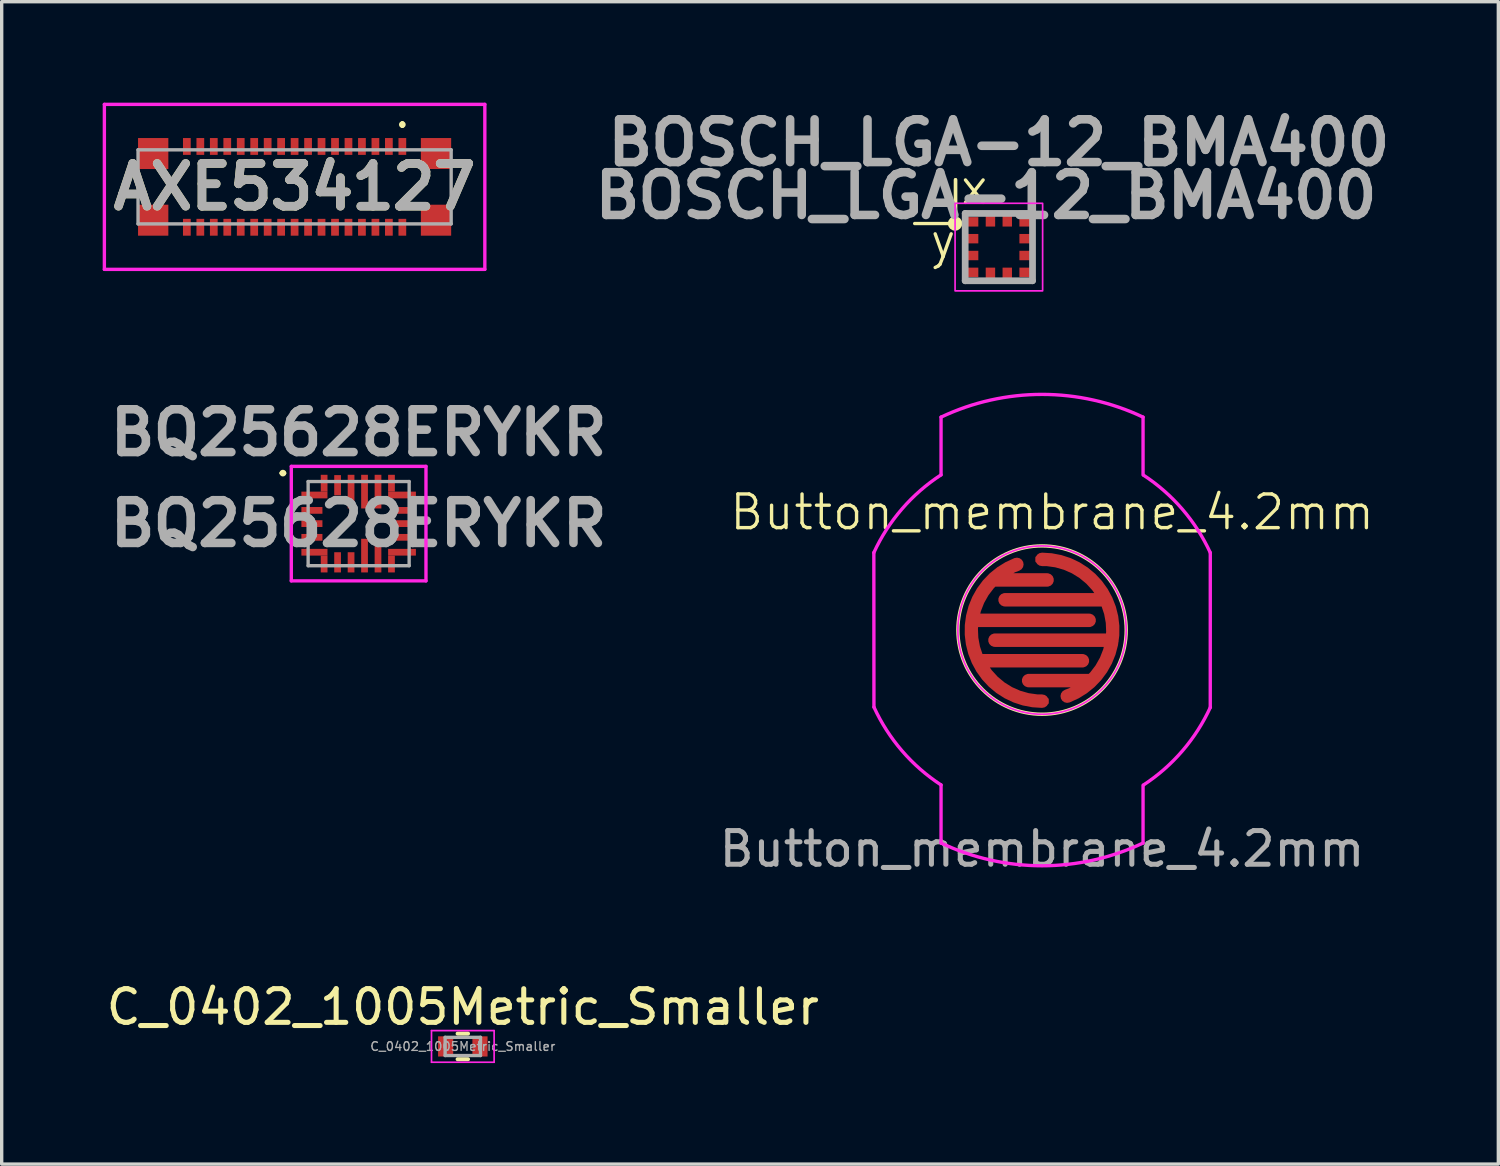
<source format=kicad_pcb>
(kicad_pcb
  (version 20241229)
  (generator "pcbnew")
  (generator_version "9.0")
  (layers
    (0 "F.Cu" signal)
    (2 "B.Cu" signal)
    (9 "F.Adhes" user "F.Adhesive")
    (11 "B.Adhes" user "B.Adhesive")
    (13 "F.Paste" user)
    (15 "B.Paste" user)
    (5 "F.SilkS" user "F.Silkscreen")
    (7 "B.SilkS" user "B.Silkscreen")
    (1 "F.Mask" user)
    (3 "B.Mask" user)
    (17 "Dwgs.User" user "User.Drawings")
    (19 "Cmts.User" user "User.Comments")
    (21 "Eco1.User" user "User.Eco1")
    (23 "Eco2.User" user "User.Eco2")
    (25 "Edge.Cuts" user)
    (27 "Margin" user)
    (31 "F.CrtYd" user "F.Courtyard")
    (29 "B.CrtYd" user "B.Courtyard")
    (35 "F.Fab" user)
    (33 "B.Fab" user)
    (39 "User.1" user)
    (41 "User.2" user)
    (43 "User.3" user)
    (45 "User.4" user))
  (footprint "BOSCH_LGA-12_BMA400"
    (layer "F.Cu")
    (at 26.617 4.289)
    (property "Reference" "BOSCH_LGA-12_BMA400" (at 0 -3.1 0) (layer "F.Fab") (effects (font (size 1.27 1.27) (thickness 0.254))))
    (attr smd)
    (fp_line (start -1.287 -2) (end -1.287 -0.713) (stroke (width 0.1) (type default)) (layer "F.SilkS"))
    (fp_line (start -1.287 -0.8) (end -1.287 -2) (stroke (width 0.1) (type default)) (layer "F.SilkS"))
    (fp_line (start -1.287 -0.7) (end -2.5 -0.7) (stroke (width 0.1) (type default)) (layer "F.SilkS"))
    (fp_circle (center -1.3 -0.7) (end -1.3 -0.687) (stroke (width 0.2) (type solid)) (fill no) (layer "F.SilkS"))
    (fp_rect (start -1.3 -1.3) (end 1.3 1.3) (stroke (width 0.05) (type solid)) (fill no) (layer "F.CrtYd"))
    (fp_line (start -1 -1) (end 1 -1) (stroke (width 0.2) (type solid)) (layer "F.Fab"))
    (fp_line (start -1 1) (end -1 -1) (stroke (width 0.2) (type solid)) (layer "F.Fab"))
    (fp_line (start 1 -1) (end 1 1) (stroke (width 0.2) (type solid)) (layer "F.Fab"))
    (fp_line (start 1 1) (end -1 1) (stroke (width 0.2) (type solid)) (layer "F.Fab"))
    (fp_text user "y" (at -2.1 0.4 0) (unlocked yes) (layer "F.SilkS") (effects (font (size 1 1) (thickness 0.1)) (justify left bottom)))
    (fp_text user "x" (at -1.2 -1.2 0) (unlocked yes) (layer "F.SilkS") (effects (font (size 1 1) (thickness 0.1)) (justify left bottom)))
    (fp_text user "${REFERENCE}" (at -0.382 -1.529 0) (layer "F.Fab") (effects (font (size 1.27 1.27) (thickness 0.254))))
    (pad "1" smd rect (at -0.815 -0.75 90) (size 0.28 0.41) (layers "F.Cu" "F.Mask" "F.Paste"))
    (pad "2" smd rect (at -0.815 -0.25 90) (size 0.28 0.41) (layers "F.Cu" "F.Mask" "F.Paste"))
    (pad "3" smd rect (at -0.815 0.25 90) (size 0.28 0.41) (layers "F.Cu" "F.Mask" "F.Paste"))
    (pad "4" smd rect (at -0.815 0.75 90) (size 0.28 0.41) (layers "F.Cu" "F.Mask" "F.Paste"))
    (pad "5" smd rect (at -0.25 0.815) (size 0.28 0.41) (layers "F.Cu" "F.Mask" "F.Paste"))
    (pad "6" smd rect (at 0.25 0.815) (size 0.28 0.41) (layers "F.Cu" "F.Mask" "F.Paste"))
    (pad "7" smd rect (at 0.815 0.75 90) (size 0.28 0.41) (layers "F.Cu" "F.Mask" "F.Paste"))
    (pad "8" smd rect (at 0.815 0.25 90) (size 0.28 0.41) (layers "F.Cu" "F.Mask" "F.Paste"))
    (pad "9" smd rect (at 0.815 -0.25 90) (size 0.28 0.41) (layers "F.Cu" "F.Mask" "F.Paste"))
    (pad "10" smd rect (at 0.815 -0.75 90) (size 0.28 0.41) (layers "F.Cu" "F.Mask" "F.Paste"))
    (pad "11" smd rect (at 0.25 -0.815) (size 0.28 0.41) (layers "F.Cu" "F.Mask" "F.Paste"))
    (pad "12" smd rect (at -0.25 -0.815) (size 0.28 0.41) (layers "F.Cu" "F.Mask" "F.Paste")))
  (footprint "BQ25628ERYKR"
    (layer "F.Cu")
    (at 7.602 12.502)
    (property "Reference" "BQ25628ERYKR" (at 0 -2.7 0) (layer "F.Fab") (effects (font (size 1.27 1.27) (thickness 0.254) (bold yes))))
    (attr smd)
    (fp_line (start -2.3 -1.5) (end -2.3 -1.5) (stroke (width 0.1) (type solid)) (layer "F.SilkS"))
    (fp_line (start -2.2 -1.5) (end -2.2 -1.5) (stroke (width 0.1) (type solid)) (layer "F.SilkS"))
    (fp_arc (start -2.3 -1.5) (mid -2.25 -1.55) (end -2.2 -1.5) (stroke (width 0.1) (type solid)) (layer "F.SilkS"))
    (fp_arc (start -2.2 -1.5) (mid -2.25 -1.45) (end -2.3 -1.5) (stroke (width 0.1) (type solid)) (layer "F.SilkS"))
    (fp_line (start -2 -1.7) (end 2 -1.7) (stroke (width 0.1) (type solid)) (layer "F.CrtYd"))
    (fp_line (start -2 1.7) (end -2 -1.7) (stroke (width 0.1) (type solid)) (layer "F.CrtYd"))
    (fp_line (start 2 -1.7) (end 2 1.7) (stroke (width 0.1) (type solid)) (layer "F.CrtYd"))
    (fp_line (start 2 1.7) (end -2 1.7) (stroke (width 0.1) (type solid)) (layer "F.CrtYd"))
    (fp_line (start -1.5 -1.25) (end 1.5 -1.25) (stroke (width 0.1) (type solid)) (layer "F.Fab"))
    (fp_line (start -1.5 1.25) (end -1.5 -1.25) (stroke (width 0.1) (type solid)) (layer "F.Fab"))
    (fp_line (start 1.5 -1.25) (end 1.5 1.25) (stroke (width 0.1) (type solid)) (layer "F.Fab"))
    (fp_line (start 1.5 1.25) (end -1.5 1.25) (stroke (width 0.1) (type solid)) (layer "F.Fab"))
    (fp_text user "${REFERENCE}" (at 0 0 0) (layer "F.Fab") (effects (font (size 1.27 1.27) (thickness 0.254))))
    (pad "1" smd rect (at -1.313 -0.85 90) (size 0.2 0.775) (layers "F.Cu" "F.Mask" "F.Paste"))
    (pad "1" smd rect (at -1.025 -1.2) (size 0.2 0.5) (layers "F.Cu" "F.Mask" "F.Paste"))
    (pad "2" smd rect (at -1.388 -0.393 90) (size 0.2 0.625) (layers "F.Cu" "F.Mask" "F.Paste"))
    (pad "3" smd rect (at -1.388 0 90) (size 0.2 0.625) (layers "F.Cu" "F.Mask" "F.Paste"))
    (pad "4" smd rect (at -1.388 0.407 90) (size 0.2 0.625) (layers "F.Cu" "F.Mask" "F.Paste"))
    (pad "5" smd rect (at -1.313 0.85 90) (size 0.2 0.775) (layers "F.Cu" "F.Mask" "F.Paste"))
    (pad "5" smd rect (at -1.025 1.2) (size 0.2 0.5) (layers "F.Cu" "F.Mask" "F.Paste"))
    (pad "6" smd rect (at -0.625 1.15) (size 0.2 0.6) (layers "F.Cu" "F.Mask" "F.Paste"))
    (pad "7" smd rect (at -0.225 1.15) (size 0.2 0.6) (layers "F.Cu" "F.Mask" "F.Paste"))
    (pad "8" smd rect (at 0.175 0.95) (size 0.2 1) (layers "F.Cu" "F.Mask" "F.Paste"))
    (pad "9" smd rect (at 0.575 0.95) (size 0.2 1) (layers "F.Cu" "F.Mask" "F.Paste"))
    (pad "10" smd rect (at 0.975 1.2) (size 0.2 0.5) (layers "F.Cu" "F.Mask" "F.Paste"))
    (pad "10" smd rect (at 1.288 0.85 90) (size 0.2 0.825) (layers "F.Cu" "F.Mask" "F.Paste"))
    (pad "11" smd rect (at 1.4 0.407 90) (size 0.2 0.6) (layers "F.Cu" "F.Mask" "F.Paste"))
    (pad "12" smd rect (at 1.4 0 90) (size 0.2 0.6) (layers "F.Cu" "F.Mask" "F.Paste"))
    (pad "13" smd rect (at 1.4 -0.393 90) (size 0.2 0.6) (layers "F.Cu" "F.Mask" "F.Paste"))
    (pad "14" smd rect (at 0.975 -1.2) (size 0.2 0.5) (layers "F.Cu" "F.Mask" "F.Paste"))
    (pad "14" smd rect (at 1.288 -0.85 90) (size 0.2 0.825) (layers "F.Cu" "F.Mask" "F.Paste"))
    (pad "15" smd rect (at 0.575 -0.95) (size 0.2 1) (layers "F.Cu" "F.Mask" "F.Paste"))
    (pad "16" smd rect (at 0.175 -0.95) (size 0.2 1) (layers "F.Cu" "F.Mask" "F.Paste"))
    (pad "17" smd rect (at -0.225 -0.95) (size 0.2 1) (layers "F.Cu" "F.Mask" "F.Paste"))
    (pad "18" smd rect (at -0.625 -1.141) (size 0.2 0.6) (layers "F.Cu" "F.Mask" "F.Paste")))
  (footprint "AXE534127"
    (layer "F.Cu")
    (at 5.7 2.5)
    (property "Reference" "AXE534127" (at 0 0 0) (layer "F.SilkS") (effects (font (size 1.27 1.27) (thickness 0.254))))
    (attr smd)
    (fp_line (start 3.2 -1.9) (end 3.2 -1.9) (stroke (width 0.1) (type solid)) (layer "F.SilkS"))
    (fp_line (start 3.2 -1.8) (end 3.2 -1.8) (stroke (width 0.1) (type solid)) (layer "F.SilkS"))
    (fp_arc (start 3.2 -1.9) (mid 3.25 -1.85) (end 3.2 -1.8) (stroke (width 0.1) (type solid)) (layer "F.SilkS"))
    (fp_arc (start 3.2 -1.8) (mid 3.15 -1.85) (end 3.2 -1.9) (stroke (width 0.1) (type solid)) (layer "F.SilkS"))
    (fp_line (start -5.65 -2.45) (end -5.65 2.45) (stroke (width 0.1) (type solid)) (layer "F.CrtYd"))
    (fp_line (start -5.65 2.45) (end 5.65 2.45) (stroke (width 0.1) (type solid)) (layer "F.CrtYd"))
    (fp_line (start 5.65 -2.45) (end -5.65 -2.45) (stroke (width 0.1) (type solid)) (layer "F.CrtYd"))
    (fp_line (start 5.65 2.45) (end 5.65 -2.45) (stroke (width 0.1) (type solid)) (layer "F.CrtYd"))
    (fp_line (start -4.65 -1.1) (end -4.65 1.1) (stroke (width 0.1) (type solid)) (layer "F.Fab"))
    (fp_line (start -4.65 1.1) (end 4.65 1.1) (stroke (width 0.1) (type solid)) (layer "F.Fab"))
    (fp_line (start 4.65 -1.1) (end -4.65 -1.1) (stroke (width 0.1) (type solid)) (layer "F.Fab"))
    (fp_line (start 4.65 1.1) (end 4.65 -1.1) (stroke (width 0.1) (type solid)) (layer "F.Fab"))
    (fp_text user "${REFERENCE}" (at 0 0 0) (layer "F.Fab") (effects (font (size 1.27 1.27) (thickness 0.254))))
    (pad "1" smd rect (at 3.2 -1.2) (size 0.23 0.5) (layers "F.Cu" "F.Mask" "F.Paste"))
    (pad "2" smd rect (at 3.2 1.2) (size 0.23 0.5) (layers "F.Cu" "F.Mask" "F.Paste"))
    (pad "3" smd rect (at 2.8 -1.2) (size 0.23 0.5) (layers "F.Cu" "F.Mask" "F.Paste"))
    (pad "4" smd rect (at 2.8 1.2) (size 0.23 0.5) (layers "F.Cu" "F.Mask" "F.Paste"))
    (pad "5" smd rect (at 2.4 -1.2) (size 0.23 0.5) (layers "F.Cu" "F.Mask" "F.Paste"))
    (pad "6" smd rect (at 2.4 1.2) (size 0.23 0.5) (layers "F.Cu" "F.Mask" "F.Paste"))
    (pad "7" smd rect (at 2 -1.2) (size 0.23 0.5) (layers "F.Cu" "F.Mask" "F.Paste"))
    (pad "8" smd rect (at 2 1.2) (size 0.23 0.5) (layers "F.Cu" "F.Mask" "F.Paste"))
    (pad "9" smd rect (at 1.6 -1.2) (size 0.23 0.5) (layers "F.Cu" "F.Mask" "F.Paste"))
    (pad "10" smd rect (at 1.6 1.2) (size 0.23 0.5) (layers "F.Cu" "F.Mask" "F.Paste"))
    (pad "11" smd rect (at 1.2 -1.2) (size 0.23 0.5) (layers "F.Cu" "F.Mask" "F.Paste"))
    (pad "12" smd rect (at 1.2 1.2) (size 0.23 0.5) (layers "F.Cu" "F.Mask" "F.Paste"))
    (pad "13" smd rect (at 0.8 -1.2) (size 0.23 0.5) (layers "F.Cu" "F.Mask" "F.Paste"))
    (pad "14" smd rect (at 0.8 1.2) (size 0.23 0.5) (layers "F.Cu" "F.Mask" "F.Paste"))
    (pad "15" smd rect (at 0.4 -1.2) (size 0.23 0.5) (layers "F.Cu" "F.Mask" "F.Paste"))
    (pad "16" smd rect (at 0.4 1.2) (size 0.23 0.5) (layers "F.Cu" "F.Mask" "F.Paste"))
    (pad "17" smd rect (at 0 -1.2) (size 0.23 0.5) (layers "F.Cu" "F.Mask" "F.Paste"))
    (pad "18" smd rect (at 0 1.2) (size 0.23 0.5) (layers "F.Cu" "F.Mask" "F.Paste"))
    (pad "19" smd rect (at -0.4 -1.2) (size 0.23 0.5) (layers "F.Cu" "F.Mask" "F.Paste"))
    (pad "20" smd rect (at -0.4 1.2) (size 0.23 0.5) (layers "F.Cu" "F.Mask" "F.Paste"))
    (pad "21" smd rect (at -0.8 -1.2) (size 0.23 0.5) (layers "F.Cu" "F.Mask" "F.Paste"))
    (pad "22" smd rect (at -0.8 1.2) (size 0.23 0.5) (layers "F.Cu" "F.Mask" "F.Paste"))
    (pad "23" smd rect (at -1.2 -1.2) (size 0.23 0.5) (layers "F.Cu" "F.Mask" "F.Paste"))
    (pad "24" smd rect (at -1.2 1.2) (size 0.23 0.5) (layers "F.Cu" "F.Mask" "F.Paste"))
    (pad "25" smd rect (at -1.6 -1.2) (size 0.23 0.5) (layers "F.Cu" "F.Mask" "F.Paste"))
    (pad "26" smd rect (at -1.6 1.2) (size 0.23 0.5) (layers "F.Cu" "F.Mask" "F.Paste"))
    (pad "27" smd rect (at -2 -1.2) (size 0.23 0.5) (layers "F.Cu" "F.Mask" "F.Paste"))
    (pad "28" smd rect (at -2 1.2) (size 0.23 0.5) (layers "F.Cu" "F.Mask" "F.Paste"))
    (pad "29" smd rect (at -2.4 -1.2) (size 0.23 0.5) (layers "F.Cu" "F.Mask" "F.Paste"))
    (pad "30" smd rect (at -2.4 1.2) (size 0.23 0.5) (layers "F.Cu" "F.Mask" "F.Paste"))
    (pad "31" smd rect (at -2.8 -1.2) (size 0.23 0.5) (layers "F.Cu" "F.Mask" "F.Paste"))
    (pad "32" smd rect (at -2.8 1.2) (size 0.23 0.5) (layers "F.Cu" "F.Mask" "F.Paste"))
    (pad "33" smd rect (at -3.2 -1.2) (size 0.23 0.5) (layers "F.Cu" "F.Mask" "F.Paste"))
    (pad "34" smd rect (at -3.2 1.2) (size 0.23 0.5) (layers "F.Cu" "F.Mask" "F.Paste"))
    (pad "35" smd rect (at 4.2 -0.99) (size 0.9 0.92) (layers "F.Cu" "F.Mask" "F.Paste"))
    (pad "36" smd rect (at 4.2 0.99) (size 0.9 0.92) (layers "F.Cu" "F.Mask" "F.Paste"))
    (pad "37" smd rect (at -4.2 -0.99) (size 0.9 0.92) (layers "F.Cu" "F.Mask" "F.Paste"))
    (pad "38" smd rect (at -4.2 0.99) (size 0.9 0.92) (layers "F.Cu" "F.Mask" "F.Paste")))
  (footprint "Button_membrane_4.2mm"
    (layer "F.Cu")
    (at 27.9 15.664)
    (property "Reference" "Button_membrane_4.2mm" (at 0.3 -3.5 0) (unlocked yes) (layer "F.SilkS") (effects (font (size 1 1) (thickness 0.1))))
    (attr smd)
    (fp_circle (center 0 0) (end 0 -2.5) (stroke (width 0.1) (type solid)) (fill no) (layer "F.SilkS"))
    (fp_line (start -4.993 2.288) (end -4.996 -2.3) (stroke (width 0.1) (type solid)) (layer "F.CrtYd"))
    (fp_line (start -3 -4.61) (end -3 -6.325) (stroke (width 0.1) (type solid)) (layer "F.CrtYd"))
    (fp_line (start -3 6.325) (end -3 4.6) (stroke (width 0.1) (type solid)) (layer "F.CrtYd"))
    (fp_line (start 3 6.325) (end 3 4.61) (stroke (width 0.1) (type solid)) (layer "F.CrtYd"))
    (fp_line (start 3 -4.61) (end 3 -6.325) (stroke (width 0.1) (type solid)) (layer "F.CrtYd"))
    (fp_line (start 4.996 2.3) (end 4.997 -2.298) (stroke (width 0.1) (type solid)) (layer "F.CrtYd"))
    (fp_arc (start -4.995998 -2.3) (mid -4.161461 -3.596142) (end -3 -4.609772) (stroke (width 0.1) (type solid)) (layer "F.CrtYd"))
    (fp_arc (start -3 -6.324555) (mid 0 -7) (end 3 -6.324555) (stroke (width 0.1) (type solid)) (layer "F.CrtYd"))
    (fp_arc (start -3 4.6) (mid -4.160135 3.585147) (end -4.992557 2.287876) (stroke (width 0.1) (type solid)) (layer "F.CrtYd"))
    (fp_arc (start 3 6.324555) (mid 0 7) (end -3 6.324555) (stroke (width 0.1) (type solid)) (layer "F.CrtYd"))
    (fp_arc (start 3.014962 -4.6) (mid 4.167843 -3.588743) (end 4.996697 -2.298481) (stroke (width 0.1) (type solid)) (layer "F.CrtYd"))
    (fp_arc (start 5 2.291287) (mid 4.170425 3.585743) (end 3.014962 4.6) (stroke (width 0.1) (type solid)) (layer "F.CrtYd"))
    (fp_circle (center 0 0) (end 0 -2.5) (stroke (width 0.05) (type default)) (fill no) (layer "F.CrtYd"))
    (fp_text user "${REFERENCE}" (at 0 6.5 0) (unlocked yes) (layer "F.Fab") (effects (font (size 1 1) (thickness 0.15))))
    (pad "1" smd custom (at 0 -2.1) (size 0.2 0.2) (layers "F.Cu" "F.Mask") (options (anchor circle)) (primitives (gr_arc (start 0 0) (mid 2.06532 1.719928) (end 0.74759 4.062424) (width 0.4)) (gr_line (start 1.8 1.2) (end -1.1 1.2) (width 0.4)) (gr_line (start 2.078 2.4) (end -1.4 2.4) (width 0.4)) (gr_line (start 1.4 3.6) (end -0.4 3.6) (width 0.4)) (gr_poly (pts (xy -0.2 -0.05) (xy -0.196 -0.069) (xy -0.185 -0.085) (xy -0.169 -0.096) (xy -0.15 -0.1) (xy 0.15 -0.1) (xy 0.169 -0.096) (xy 0.185 -0.085) (xy 0.196 -0.069) (xy 0.2 -0.05) (xy 0.2 0.05) (xy 0.196 0.069) (xy 0.185 0.085) (xy 0.169 0.096) (xy 0.15 0.1) (xy -0.15 0.1) (xy -0.169 0.096) (xy -0.185 0.085) (xy -0.196 0.069) (xy -0.2 0.05)) (width 0) (fill yes))))
    (pad "2" smd custom (at 0 2.111) (size 0.2 0.2) (layers "F.Cu" "F.Mask") (options (anchor circle)) (primitives (gr_arc (start 0 0) (mid -2.06532 -1.719928) (end -0.74759 -4.062424) (width 0.4)) (gr_line (start -1.8 -1.2) (end 1.2 -1.2) (width 0.4)) (gr_line (start -2.025 -2.4) (end 1.4 -2.4) (width 0.4)) (gr_line (start -1.4 -3.6) (end 0.15 -3.6) (width 0.4)) (gr_poly (pts (xy -0.2 -0.05) (xy -0.196 -0.069) (xy -0.185 -0.085) (xy -0.169 -0.096) (xy -0.15 -0.1) (xy 0.15 -0.1) (xy 0.169 -0.096) (xy 0.185 -0.085) (xy 0.196 -0.069) (xy 0.2 -0.05) (xy 0.2 0.05) (xy 0.196 0.069) (xy 0.185 0.085) (xy 0.169 0.096) (xy 0.15 0.1) (xy -0.15 0.1) (xy -0.169 0.096) (xy -0.185 0.085) (xy -0.196 0.069) (xy -0.2 0.05)) (width 0) (fill yes)))))
  (footprint "C_0402_1005Metric_Smaller"
    (layer "F.Cu")
    (at 10.696 28.03)
    (property "Reference" "C_0402_1005Metric_Smaller" (at 0 -1.17 0) (layer "F.SilkS") (effects (font (size 1 1) (thickness 0.15))))
    (attr smd)
    (fp_line (start -0.154 -0.38) (end 0.154 -0.38) (stroke (width 0.12) (type solid)) (layer "F.SilkS"))
    (fp_line (start -0.154 0.38) (end 0.154 0.38) (stroke (width 0.12) (type solid)) (layer "F.SilkS"))
    (fp_line (start -0.93 -0.47) (end 0.93 -0.47) (stroke (width 0.05) (type solid)) (layer "F.CrtYd"))
    (fp_line (start -0.93 0.47) (end -0.93 -0.47) (stroke (width 0.05) (type solid)) (layer "F.CrtYd"))
    (fp_line (start 0.93 -0.47) (end 0.93 0.47) (stroke (width 0.05) (type solid)) (layer "F.CrtYd"))
    (fp_line (start 0.93 0.47) (end -0.93 0.47) (stroke (width 0.05) (type solid)) (layer "F.CrtYd"))
    (fp_line (start -0.525 -0.27) (end 0.525 -0.27) (stroke (width 0.1) (type solid)) (layer "F.Fab"))
    (fp_line (start -0.525 0.27) (end -0.525 -0.27) (stroke (width 0.1) (type solid)) (layer "F.Fab"))
    (fp_line (start 0.525 -0.27) (end 0.525 0.27) (stroke (width 0.1) (type solid)) (layer "F.Fab"))
    (fp_line (start 0.525 0.27) (end -0.525 0.27) (stroke (width 0.1) (type solid)) (layer "F.Fab"))
    (fp_text user "${REFERENCE}" (at 0 0 0) (layer "F.Fab") (effects (font (size 0.26 0.26) (thickness 0.04))))
    (pad "1" smd rect (at -0.51 0) (size 0.45 0.6) (layers "F.Cu" "F.Mask" "F.Paste"))
    (pad "2" smd rect (at 0.51 0) (size 0.45 0.6) (layers "F.Cu" "F.Mask" "F.Paste")))
  (gr_rect
    (start -3 -3)
    (end 41.452 31.525)
    (stroke (width 0.1) (type default))
    (fill no)
    (layer "Edge.Cuts")))
</source>
